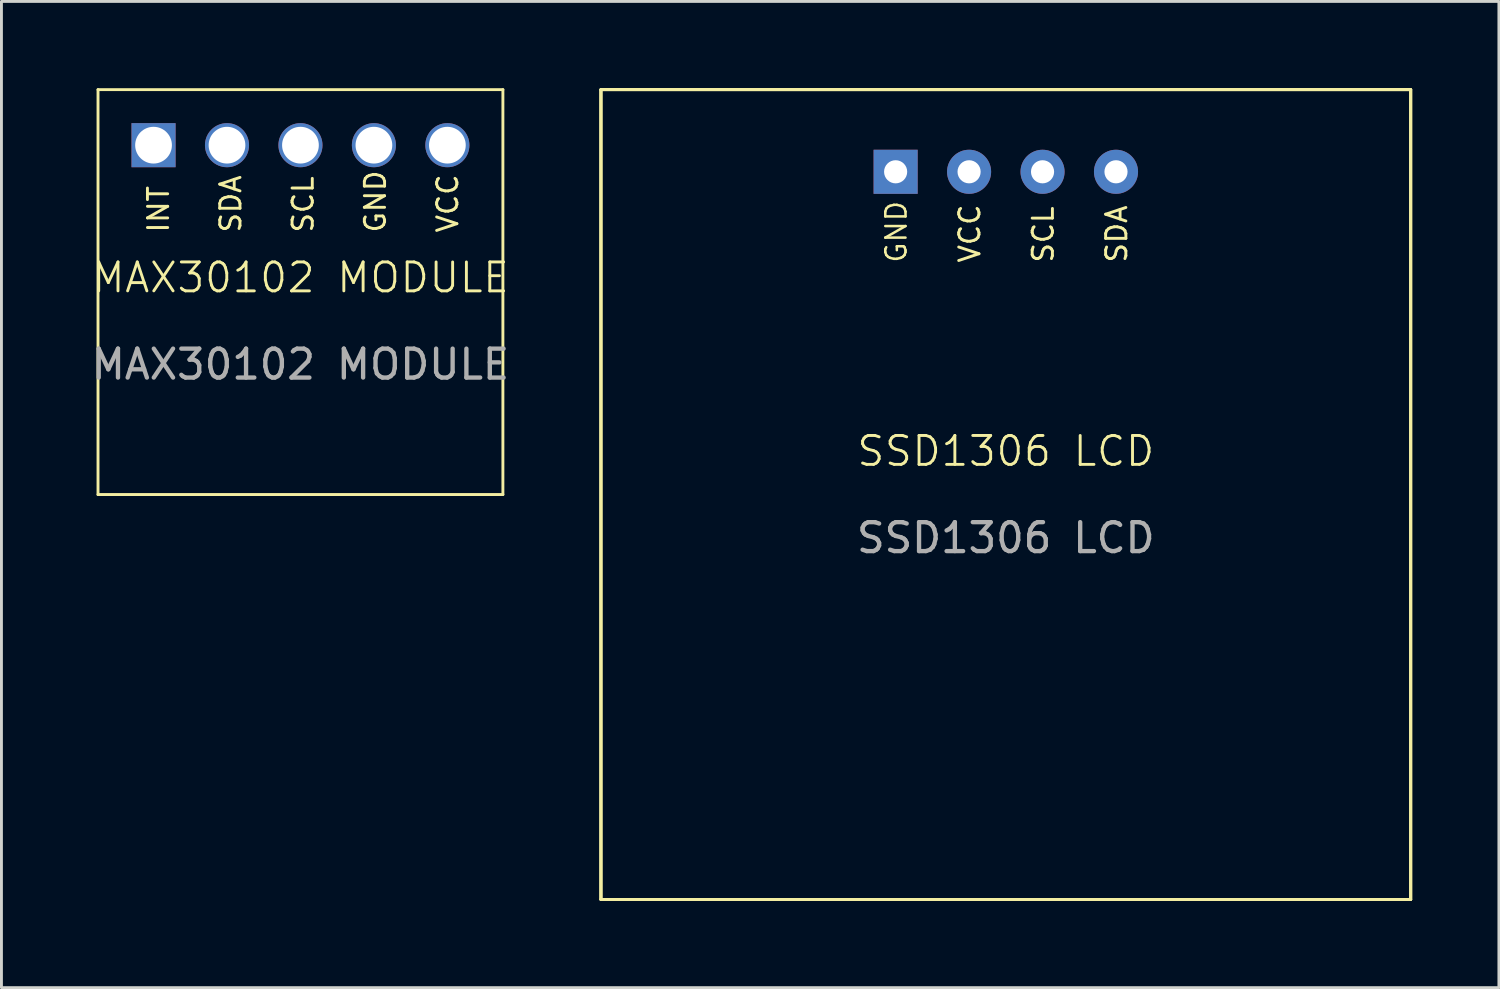
<source format=kicad_pcb>
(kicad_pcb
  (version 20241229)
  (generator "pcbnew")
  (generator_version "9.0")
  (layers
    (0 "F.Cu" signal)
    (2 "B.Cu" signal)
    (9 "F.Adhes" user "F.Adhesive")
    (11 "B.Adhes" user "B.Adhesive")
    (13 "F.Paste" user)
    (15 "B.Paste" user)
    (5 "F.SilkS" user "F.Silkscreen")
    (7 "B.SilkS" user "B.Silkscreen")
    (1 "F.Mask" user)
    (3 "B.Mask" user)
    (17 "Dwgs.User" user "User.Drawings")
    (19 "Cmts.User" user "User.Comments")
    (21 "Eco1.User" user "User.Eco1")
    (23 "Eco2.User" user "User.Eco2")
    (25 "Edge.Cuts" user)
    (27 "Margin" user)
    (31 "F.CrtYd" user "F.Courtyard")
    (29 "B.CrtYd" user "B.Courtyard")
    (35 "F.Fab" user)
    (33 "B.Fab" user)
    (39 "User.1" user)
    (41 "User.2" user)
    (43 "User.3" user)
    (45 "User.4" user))
  (footprint "MAX30102 MODULE"
    (layer "F.Cu")
    (at 7.339 7.05)
    (property "Reference" "MAX30102 MODULE" (at 0 -0.5 0) (unlocked yes) (layer "F.SilkS") (effects (font (size 1 1) (thickness 0.1))))
    (attr through_hole)
    (fp_line (start -7 -7) (end 7 -7) (stroke (width 0.1) (type default)) (layer "F.SilkS"))
    (fp_line (start -7 7) (end -7 -7) (stroke (width 0.1) (type default)) (layer "F.SilkS"))
    (fp_line (start 7 -7) (end 7 7) (stroke (width 0.1) (type default)) (layer "F.SilkS"))
    (fp_line (start 7 7) (end -7 7) (stroke (width 0.1) (type default)) (layer "F.SilkS"))
    (fp_text user "VCC" (at 5.5 -2 90) (unlocked yes) (layer "F.SilkS") (effects (font (size 0.7 0.7) (thickness 0.1)) (justify left bottom)))
    (fp_text user "INT" (at -4.5 -2 90) (unlocked yes) (layer "F.SilkS") (effects (font (size 0.7 0.7) (thickness 0.1)) (justify left bottom)))
    (fp_text user "GND" (at 3 -2 90) (unlocked yes) (layer "F.SilkS") (effects (font (size 0.7 0.7) (thickness 0.1)) (justify left bottom)))
    (fp_text user "SCL" (at 0.5 -2 90) (unlocked yes) (layer "F.SilkS") (effects (font (size 0.7 0.7) (thickness 0.1)) (justify left bottom)))
    (fp_text user "SDA" (at -2 -2 90) (unlocked yes) (layer "F.SilkS") (effects (font (size 0.7 0.7) (thickness 0.1)) (justify left bottom)))
    (fp_text user "${REFERENCE}" (at 0 2.5 0) (unlocked yes) (layer "F.Fab") (effects (font (size 1 1) (thickness 0.15))))
    (pad "1" thru_hole rect (at -5.08 -5.08) (size 1.524 1.524) (drill 1.27) (layers "*.Cu" "*.Mask"))
    (pad "2" thru_hole circle (at -2.54 -5.08) (size 1.524 1.524) (drill 1.27) (layers "*.Cu" "*.Mask"))
    (pad "3" thru_hole circle (at 0 -5.08) (size 1.524 1.524) (drill 1.27) (layers "*.Cu" "*.Mask"))
    (pad "4" thru_hole circle (at 2.54 -5.08) (size 1.524 1.524) (drill 1.27) (layers "*.Cu" "*.Mask"))
    (pad "5" thru_hole circle (at 5.08 -5.08) (size 1.524 1.524) (drill 1.27) (layers "*.Cu" "*.Mask"))
    (zone (net_name "") (layer "F.SilkS") (hatch edge 0.5) (connect_pads) (min_thickness 0.25) (filled_areas_thickness no) (keepout (tracks allowed) (vias allowed) (pads not_allowed) (copperpour allowed) (footprints not_allowed)) (placement (enabled no)) (fill) (polygon (pts (xy 0.339 0.05) (xy 14.339 0.05) (xy 14.339 14.05) (xy 0.339 14.05)))))
  (footprint "SSD1306 LCD"
    (layer "F.Cu")
    (at 31.729 13.05)
    (property "Reference" "SSD1306 LCD" (at 0 -0.5 0) (unlocked yes) (layer "F.SilkS") (effects (font (size 1 1) (thickness 0.1))))
    (attr through_hole)
    (fp_line (start -14 -13) (end 14 -13) (stroke (width 0.1) (type default)) (layer "F.SilkS"))
    (fp_line (start -14 -13) (end 14 -13) (stroke (width 0.1) (type default)) (layer "F.SilkS"))
    (fp_line (start -14 15) (end -14 -13) (stroke (width 0.1) (type default)) (layer "F.SilkS"))
    (fp_line (start -14 15) (end -14 -13) (stroke (width 0.1) (type default)) (layer "F.SilkS"))
    (fp_line (start 14 -13) (end 14 15) (stroke (width 0.1) (type default)) (layer "F.SilkS"))
    (fp_line (start 14 -13) (end 14 15) (stroke (width 0.1) (type default)) (layer "F.SilkS"))
    (fp_line (start 14 15) (end -14 15) (stroke (width 0.1) (type default)) (layer "F.SilkS"))
    (fp_line (start 14 15) (end -14 15) (stroke (width 0.1) (type default)) (layer "F.SilkS"))
    (fp_rect (start -14 -13) (end 14 15) (stroke (width 0.1) (type default)) (fill no) (layer "F.SilkS"))
    (fp_text user "SDA" (at 4.242 -6.96 90) (unlocked yes) (layer "F.SilkS") (effects (font (size 0.7 0.7) (thickness 0.1)) (justify left bottom)))
    (fp_text user "GND" (at -3.378 -6.96 90) (unlocked yes) (layer "F.SilkS") (effects (font (size 0.7 0.7) (thickness 0.087)) (justify left bottom)))
    (fp_text user "VCC" (at -0.838 -6.96 90) (unlocked yes) (layer "F.SilkS") (effects (font (size 0.7 0.7) (thickness 0.1)) (justify left bottom)))
    (fp_text user "SCL" (at 1.702 -6.96 90) (unlocked yes) (layer "F.SilkS") (effects (font (size 0.7 0.7) (thickness 0.1)) (justify left bottom)))
    (fp_text user "${REFERENCE}" (at 0 2.5 0) (unlocked yes) (layer "F.Fab") (effects (font (size 1 1) (thickness 0.15))))
    (pad "1" thru_hole rect (at -3.81 -10.16) (size 1.524 1.524) (drill 0.8) (layers "*.Cu" "*.Mask"))
    (pad "2" thru_hole circle (at -1.27 -10.16) (size 1.524 1.524) (drill 0.8) (layers "*.Cu" "*.Mask"))
    (pad "3" thru_hole circle (at 1.27 -10.16) (size 1.524 1.524) (drill 0.8) (layers "*.Cu" "*.Mask"))
    (pad "4" thru_hole circle (at 3.81 -10.16) (size 1.524 1.524) (drill 0.8) (layers "*.Cu" "*.Mask"))
    (zone (net_name "") (layer "F.SilkS") (hatch edge 0.5) (connect_pads) (min_thickness 0.25) (filled_areas_thickness no) (keepout (tracks allowed) (vias allowed) (pads not_allowed) (copperpour allowed) (footprints not_allowed)) (placement (enabled no)) (fill) (polygon (pts (xy 17.729 0.05) (xy 45.729 0.05) (xy 45.729 28.05) (xy 17.729 28.05)))))
  (gr_rect
    (start -3 -3)
    (end 48.779 31.1)
    (stroke (width 0.1) (type default))
    (fill no)
    (layer "Edge.Cuts")))
</source>
